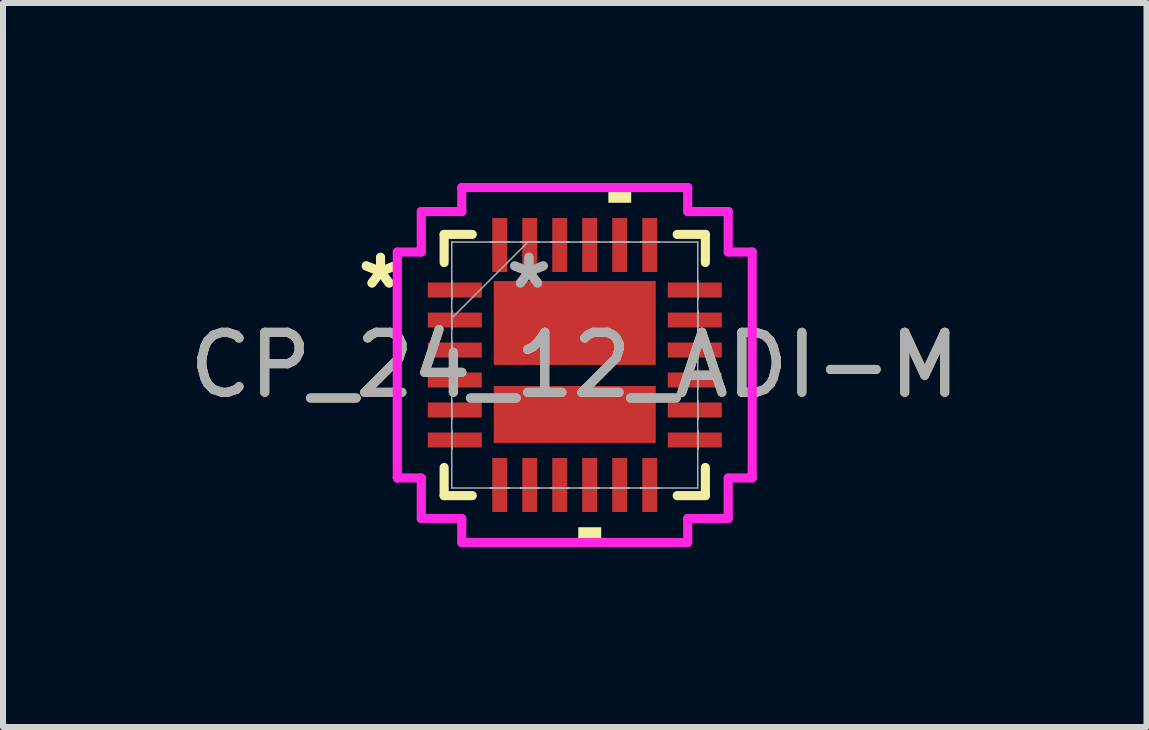
<source format=kicad_pcb>
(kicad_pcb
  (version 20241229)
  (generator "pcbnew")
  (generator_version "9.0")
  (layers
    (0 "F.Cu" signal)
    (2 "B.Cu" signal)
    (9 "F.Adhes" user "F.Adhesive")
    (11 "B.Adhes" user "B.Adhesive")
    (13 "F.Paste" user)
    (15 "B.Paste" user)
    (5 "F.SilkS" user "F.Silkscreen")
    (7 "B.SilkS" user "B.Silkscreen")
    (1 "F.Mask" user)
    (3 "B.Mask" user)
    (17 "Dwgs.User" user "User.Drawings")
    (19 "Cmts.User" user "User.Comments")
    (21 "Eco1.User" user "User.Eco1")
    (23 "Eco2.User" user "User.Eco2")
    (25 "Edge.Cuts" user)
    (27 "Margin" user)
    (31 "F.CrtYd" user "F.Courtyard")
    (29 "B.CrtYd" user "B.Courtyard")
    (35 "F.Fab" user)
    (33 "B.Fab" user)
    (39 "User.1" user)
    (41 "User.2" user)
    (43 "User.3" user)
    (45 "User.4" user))
  (footprint "CP_24_12_ADI-M"
    (layer "F.Cu")
    (at 6.53 3.034)
    (property "Reference" "CP_24_12_ADI-M" (at 0 0 0) (unlocked yes) (layer "F.SilkS") (effects (font (size 1 1) (thickness 0.15))))
    (attr smd)
    (fp_poly (pts (xy -1.35 -1.4) (xy 1.35 -1.4) (xy 1.35 0) (xy -1.35 0)) (stroke (width 0) (type solid)) (fill yes) (layer "F.Cu"))
    (fp_poly (pts (xy -1.35 0.35) (xy 1.35 0.35) (xy 1.35 1.3) (xy -1.35 1.3)) (stroke (width 0) (type solid)) (fill yes) (layer "F.Cu"))
    (fp_poly (pts (xy -1.35 -1.4) (xy 1.35 -1.4) (xy 1.35 0) (xy -1.35 0)) (stroke (width 0) (type solid)) (fill yes) (layer "F.Mask"))
    (fp_poly (pts (xy -1.35 0.35) (xy 1.35 0.35) (xy 1.35 1.3) (xy -1.35 1.3)) (stroke (width 0) (type solid)) (fill yes) (layer "F.Mask"))
    (fp_line (start -2.177 -2.177) (end -2.177 -1.708) (stroke (width 0.152) (type solid)) (layer "F.SilkS"))
    (fp_line (start -2.177 1.708) (end -2.177 2.177) (stroke (width 0.152) (type solid)) (layer "F.SilkS"))
    (fp_line (start -2.177 2.177) (end -1.708 2.177) (stroke (width 0.152) (type solid)) (layer "F.SilkS"))
    (fp_line (start -1.708 -2.177) (end -2.177 -2.177) (stroke (width 0.152) (type solid)) (layer "F.SilkS"))
    (fp_line (start 1.708 2.177) (end 2.177 2.177) (stroke (width 0.152) (type solid)) (layer "F.SilkS"))
    (fp_line (start 2.177 -2.177) (end 1.708 -2.177) (stroke (width 0.152) (type solid)) (layer "F.SilkS"))
    (fp_line (start 2.177 -1.708) (end 2.177 -2.177) (stroke (width 0.152) (type solid)) (layer "F.SilkS"))
    (fp_line (start 2.177 2.177) (end 2.177 1.708) (stroke (width 0.152) (type solid)) (layer "F.SilkS"))
    (fp_poly (pts (xy 0.059 2.704) (xy 0.059 2.958) (xy 0.441 2.958) (xy 0.441 2.704)) (stroke (width 0) (type solid)) (fill yes) (layer "F.SilkS"))
    (fp_poly (pts (xy 0.56 -2.704) (xy 0.56 -2.958) (xy 0.941 -2.958) (xy 0.941 -2.704)) (stroke (width 0) (type solid)) (fill yes) (layer "F.SilkS"))
    (fp_poly (pts (xy -1.35 -1.4) (xy 1.35 -1.4) (xy 1.35 0) (xy -1.35 0)) (stroke (width 0) (type solid)) (fill yes) (layer "F.Paste"))
    (fp_poly (pts (xy -1.35 0.35) (xy 1.35 0.35) (xy 1.35 1.3) (xy -1.35 1.3)) (stroke (width 0) (type solid)) (fill yes) (layer "F.Paste"))
    (fp_line (start -2.958 -1.883) (end -2.558 -1.883) (stroke (width 0.152) (type solid)) (layer "F.CrtYd"))
    (fp_line (start -2.958 1.883) (end -2.958 -1.883) (stroke (width 0.152) (type solid)) (layer "F.CrtYd"))
    (fp_line (start -2.558 -2.558) (end -1.883 -2.558) (stroke (width 0.152) (type solid)) (layer "F.CrtYd"))
    (fp_line (start -2.558 -1.883) (end -2.558 -2.558) (stroke (width 0.152) (type solid)) (layer "F.CrtYd"))
    (fp_line (start -2.558 1.883) (end -2.958 1.883) (stroke (width 0.152) (type solid)) (layer "F.CrtYd"))
    (fp_line (start -2.558 2.558) (end -2.558 1.883) (stroke (width 0.152) (type solid)) (layer "F.CrtYd"))
    (fp_line (start -1.883 -2.958) (end 1.883 -2.958) (stroke (width 0.152) (type solid)) (layer "F.CrtYd"))
    (fp_line (start -1.883 -2.558) (end -1.883 -2.958) (stroke (width 0.152) (type solid)) (layer "F.CrtYd"))
    (fp_line (start -1.883 2.558) (end -2.558 2.558) (stroke (width 0.152) (type solid)) (layer "F.CrtYd"))
    (fp_line (start -1.883 2.958) (end -1.883 2.558) (stroke (width 0.152) (type solid)) (layer "F.CrtYd"))
    (fp_line (start 1.883 -2.958) (end 1.883 -2.558) (stroke (width 0.152) (type solid)) (layer "F.CrtYd"))
    (fp_line (start 1.883 -2.558) (end 2.558 -2.558) (stroke (width 0.152) (type solid)) (layer "F.CrtYd"))
    (fp_line (start 1.883 2.558) (end 1.883 2.958) (stroke (width 0.152) (type solid)) (layer "F.CrtYd"))
    (fp_line (start 1.883 2.958) (end -1.883 2.958) (stroke (width 0.152) (type solid)) (layer "F.CrtYd"))
    (fp_line (start 2.558 -2.558) (end 2.558 -1.883) (stroke (width 0.152) (type solid)) (layer "F.CrtYd"))
    (fp_line (start 2.558 -1.883) (end 2.958 -1.883) (stroke (width 0.152) (type solid)) (layer "F.CrtYd"))
    (fp_line (start 2.558 1.883) (end 2.558 2.558) (stroke (width 0.152) (type solid)) (layer "F.CrtYd"))
    (fp_line (start 2.558 2.558) (end 1.883 2.558) (stroke (width 0.152) (type solid)) (layer "F.CrtYd"))
    (fp_line (start 2.958 -1.883) (end 2.958 1.883) (stroke (width 0.152) (type solid)) (layer "F.CrtYd"))
    (fp_line (start 2.958 1.883) (end 2.558 1.883) (stroke (width 0.152) (type solid)) (layer "F.CrtYd"))
    (fp_line (start -2.05 -2.05) (end -2.05 2.05) (stroke (width 0.025) (type solid)) (layer "F.Fab"))
    (fp_line (start -2.05 -1.4) (end -2.05 -1.4) (stroke (width 0.025) (type solid)) (layer "F.Fab"))
    (fp_line (start -2.05 -1.4) (end -2.05 -1.1) (stroke (width 0.025) (type solid)) (layer "F.Fab"))
    (fp_line (start -2.05 -1.1) (end -2.05 -1.4) (stroke (width 0.025) (type solid)) (layer "F.Fab"))
    (fp_line (start -2.05 -1.1) (end -2.05 -1.1) (stroke (width 0.025) (type solid)) (layer "F.Fab"))
    (fp_line (start -2.05 -0.9) (end -2.05 -0.9) (stroke (width 0.025) (type solid)) (layer "F.Fab"))
    (fp_line (start -2.05 -0.9) (end -2.05 -0.6) (stroke (width 0.025) (type solid)) (layer "F.Fab"))
    (fp_line (start -2.05 -0.78) (end -0.78 -2.05) (stroke (width 0.025) (type solid)) (layer "F.Fab"))
    (fp_line (start -2.05 -0.6) (end -2.05 -0.9) (stroke (width 0.025) (type solid)) (layer "F.Fab"))
    (fp_line (start -2.05 -0.6) (end -2.05 -0.6) (stroke (width 0.025) (type solid)) (layer "F.Fab"))
    (fp_line (start -2.05 -0.4) (end -2.05 -0.4) (stroke (width 0.025) (type solid)) (layer "F.Fab"))
    (fp_line (start -2.05 -0.4) (end -2.05 -0.1) (stroke (width 0.025) (type solid)) (layer "F.Fab"))
    (fp_line (start -2.05 -0.1) (end -2.05 -0.4) (stroke (width 0.025) (type solid)) (layer "F.Fab"))
    (fp_line (start -2.05 -0.1) (end -2.05 -0.1) (stroke (width 0.025) (type solid)) (layer "F.Fab"))
    (fp_line (start -2.05 0.1) (end -2.05 0.1) (stroke (width 0.025) (type solid)) (layer "F.Fab"))
    (fp_line (start -2.05 0.1) (end -2.05 0.4) (stroke (width 0.025) (type solid)) (layer "F.Fab"))
    (fp_line (start -2.05 0.4) (end -2.05 0.1) (stroke (width 0.025) (type solid)) (layer "F.Fab"))
    (fp_line (start -2.05 0.4) (end -2.05 0.4) (stroke (width 0.025) (type solid)) (layer "F.Fab"))
    (fp_line (start -2.05 0.6) (end -2.05 0.6) (stroke (width 0.025) (type solid)) (layer "F.Fab"))
    (fp_line (start -2.05 0.6) (end -2.05 0.9) (stroke (width 0.025) (type solid)) (layer "F.Fab"))
    (fp_line (start -2.05 0.9) (end -2.05 0.6) (stroke (width 0.025) (type solid)) (layer "F.Fab"))
    (fp_line (start -2.05 0.9) (end -2.05 0.9) (stroke (width 0.025) (type solid)) (layer "F.Fab"))
    (fp_line (start -2.05 1.1) (end -2.05 1.1) (stroke (width 0.025) (type solid)) (layer "F.Fab"))
    (fp_line (start -2.05 1.1) (end -2.05 1.4) (stroke (width 0.025) (type solid)) (layer "F.Fab"))
    (fp_line (start -2.05 1.4) (end -2.05 1.1) (stroke (width 0.025) (type solid)) (layer "F.Fab"))
    (fp_line (start -2.05 1.4) (end -2.05 1.4) (stroke (width 0.025) (type solid)) (layer "F.Fab"))
    (fp_line (start -2.05 2.05) (end 2.05 2.05) (stroke (width 0.025) (type solid)) (layer "F.Fab"))
    (fp_line (start -1.4 -2.05) (end -1.4 -2.05) (stroke (width 0.025) (type solid)) (layer "F.Fab"))
    (fp_line (start -1.4 -2.05) (end -1.1 -2.05) (stroke (width 0.025) (type solid)) (layer "F.Fab"))
    (fp_line (start -1.4 2.05) (end -1.4 2.05) (stroke (width 0.025) (type solid)) (layer "F.Fab"))
    (fp_line (start -1.4 2.05) (end -1.1 2.05) (stroke (width 0.025) (type solid)) (layer "F.Fab"))
    (fp_line (start -1.1 -2.05) (end -1.4 -2.05) (stroke (width 0.025) (type solid)) (layer "F.Fab"))
    (fp_line (start -1.1 -2.05) (end -1.1 -2.05) (stroke (width 0.025) (type solid)) (layer "F.Fab"))
    (fp_line (start -1.1 2.05) (end -1.4 2.05) (stroke (width 0.025) (type solid)) (layer "F.Fab"))
    (fp_line (start -1.1 2.05) (end -1.1 2.05) (stroke (width 0.025) (type solid)) (layer "F.Fab"))
    (fp_line (start -0.9 -2.05) (end -0.9 -2.05) (stroke (width 0.025) (type solid)) (layer "F.Fab"))
    (fp_line (start -0.9 -2.05) (end -0.6 -2.05) (stroke (width 0.025) (type solid)) (layer "F.Fab"))
    (fp_line (start -0.9 2.05) (end -0.9 2.05) (stroke (width 0.025) (type solid)) (layer "F.Fab"))
    (fp_line (start -0.9 2.05) (end -0.6 2.05) (stroke (width 0.025) (type solid)) (layer "F.Fab"))
    (fp_line (start -0.6 -2.05) (end -0.9 -2.05) (stroke (width 0.025) (type solid)) (layer "F.Fab"))
    (fp_line (start -0.6 -2.05) (end -0.6 -2.05) (stroke (width 0.025) (type solid)) (layer "F.Fab"))
    (fp_line (start -0.6 2.05) (end -0.9 2.05) (stroke (width 0.025) (type solid)) (layer "F.Fab"))
    (fp_line (start -0.6 2.05) (end -0.6 2.05) (stroke (width 0.025) (type solid)) (layer "F.Fab"))
    (fp_line (start -0.4 -2.05) (end -0.4 -2.05) (stroke (width 0.025) (type solid)) (layer "F.Fab"))
    (fp_line (start -0.4 -2.05) (end -0.1 -2.05) (stroke (width 0.025) (type solid)) (layer "F.Fab"))
    (fp_line (start -0.4 2.05) (end -0.4 2.05) (stroke (width 0.025) (type solid)) (layer "F.Fab"))
    (fp_line (start -0.4 2.05) (end -0.1 2.05) (stroke (width 0.025) (type solid)) (layer "F.Fab"))
    (fp_line (start -0.1 -2.05) (end -0.4 -2.05) (stroke (width 0.025) (type solid)) (layer "F.Fab"))
    (fp_line (start -0.1 -2.05) (end -0.1 -2.05) (stroke (width 0.025) (type solid)) (layer "F.Fab"))
    (fp_line (start -0.1 2.05) (end -0.4 2.05) (stroke (width 0.025) (type solid)) (layer "F.Fab"))
    (fp_line (start -0.1 2.05) (end -0.1 2.05) (stroke (width 0.025) (type solid)) (layer "F.Fab"))
    (fp_line (start 0.1 -2.05) (end 0.1 -2.05) (stroke (width 0.025) (type solid)) (layer "F.Fab"))
    (fp_line (start 0.1 -2.05) (end 0.4 -2.05) (stroke (width 0.025) (type solid)) (layer "F.Fab"))
    (fp_line (start 0.1 2.05) (end 0.1 2.05) (stroke (width 0.025) (type solid)) (layer "F.Fab"))
    (fp_line (start 0.1 2.05) (end 0.4 2.05) (stroke (width 0.025) (type solid)) (layer "F.Fab"))
    (fp_line (start 0.4 -2.05) (end 0.1 -2.05) (stroke (width 0.025) (type solid)) (layer "F.Fab"))
    (fp_line (start 0.4 -2.05) (end 0.4 -2.05) (stroke (width 0.025) (type solid)) (layer "F.Fab"))
    (fp_line (start 0.4 2.05) (end 0.1 2.05) (stroke (width 0.025) (type solid)) (layer "F.Fab"))
    (fp_line (start 0.4 2.05) (end 0.4 2.05) (stroke (width 0.025) (type solid)) (layer "F.Fab"))
    (fp_line (start 0.6 -2.05) (end 0.6 -2.05) (stroke (width 0.025) (type solid)) (layer "F.Fab"))
    (fp_line (start 0.6 -2.05) (end 0.9 -2.05) (stroke (width 0.025) (type solid)) (layer "F.Fab"))
    (fp_line (start 0.6 2.05) (end 0.6 2.05) (stroke (width 0.025) (type solid)) (layer "F.Fab"))
    (fp_line (start 0.6 2.05) (end 0.9 2.05) (stroke (width 0.025) (type solid)) (layer "F.Fab"))
    (fp_line (start 0.9 -2.05) (end 0.6 -2.05) (stroke (width 0.025) (type solid)) (layer "F.Fab"))
    (fp_line (start 0.9 -2.05) (end 0.9 -2.05) (stroke (width 0.025) (type solid)) (layer "F.Fab"))
    (fp_line (start 0.9 2.05) (end 0.6 2.05) (stroke (width 0.025) (type solid)) (layer "F.Fab"))
    (fp_line (start 0.9 2.05) (end 0.9 2.05) (stroke (width 0.025) (type solid)) (layer "F.Fab"))
    (fp_line (start 1.1 -2.05) (end 1.1 -2.05) (stroke (width 0.025) (type solid)) (layer "F.Fab"))
    (fp_line (start 1.1 -2.05) (end 1.4 -2.05) (stroke (width 0.025) (type solid)) (layer "F.Fab"))
    (fp_line (start 1.1 2.05) (end 1.1 2.05) (stroke (width 0.025) (type solid)) (layer "F.Fab"))
    (fp_line (start 1.1 2.05) (end 1.4 2.05) (stroke (width 0.025) (type solid)) (layer "F.Fab"))
    (fp_line (start 1.4 -2.05) (end 1.1 -2.05) (stroke (width 0.025) (type solid)) (layer "F.Fab"))
    (fp_line (start 1.4 -2.05) (end 1.4 -2.05) (stroke (width 0.025) (type solid)) (layer "F.Fab"))
    (fp_line (start 1.4 2.05) (end 1.1 2.05) (stroke (width 0.025) (type solid)) (layer "F.Fab"))
    (fp_line (start 1.4 2.05) (end 1.4 2.05) (stroke (width 0.025) (type solid)) (layer "F.Fab"))
    (fp_line (start 2.05 -2.05) (end -2.05 -2.05) (stroke (width 0.025) (type solid)) (layer "F.Fab"))
    (fp_line (start 2.05 -1.4) (end 2.05 -1.4) (stroke (width 0.025) (type solid)) (layer "F.Fab"))
    (fp_line (start 2.05 -1.4) (end 2.05 -1.1) (stroke (width 0.025) (type solid)) (layer "F.Fab"))
    (fp_line (start 2.05 -1.1) (end 2.05 -1.4) (stroke (width 0.025) (type solid)) (layer "F.Fab"))
    (fp_line (start 2.05 -1.1) (end 2.05 -1.1) (stroke (width 0.025) (type solid)) (layer "F.Fab"))
    (fp_line (start 2.05 -0.9) (end 2.05 -0.9) (stroke (width 0.025) (type solid)) (layer "F.Fab"))
    (fp_line (start 2.05 -0.9) (end 2.05 -0.6) (stroke (width 0.025) (type solid)) (layer "F.Fab"))
    (fp_line (start 2.05 -0.6) (end 2.05 -0.9) (stroke (width 0.025) (type solid)) (layer "F.Fab"))
    (fp_line (start 2.05 -0.6) (end 2.05 -0.6) (stroke (width 0.025) (type solid)) (layer "F.Fab"))
    (fp_line (start 2.05 -0.4) (end 2.05 -0.4) (stroke (width 0.025) (type solid)) (layer "F.Fab"))
    (fp_line (start 2.05 -0.4) (end 2.05 -0.1) (stroke (width 0.025) (type solid)) (layer "F.Fab"))
    (fp_line (start 2.05 -0.1) (end 2.05 -0.4) (stroke (width 0.025) (type solid)) (layer "F.Fab"))
    (fp_line (start 2.05 -0.1) (end 2.05 -0.1) (stroke (width 0.025) (type solid)) (layer "F.Fab"))
    (fp_line (start 2.05 0.1) (end 2.05 0.1) (stroke (width 0.025) (type solid)) (layer "F.Fab"))
    (fp_line (start 2.05 0.1) (end 2.05 0.4) (stroke (width 0.025) (type solid)) (layer "F.Fab"))
    (fp_line (start 2.05 0.4) (end 2.05 0.1) (stroke (width 0.025) (type solid)) (layer "F.Fab"))
    (fp_line (start 2.05 0.4) (end 2.05 0.4) (stroke (width 0.025) (type solid)) (layer "F.Fab"))
    (fp_line (start 2.05 0.6) (end 2.05 0.6) (stroke (width 0.025) (type solid)) (layer "F.Fab"))
    (fp_line (start 2.05 0.6) (end 2.05 0.9) (stroke (width 0.025) (type solid)) (layer "F.Fab"))
    (fp_line (start 2.05 0.9) (end 2.05 0.6) (stroke (width 0.025) (type solid)) (layer "F.Fab"))
    (fp_line (start 2.05 0.9) (end 2.05 0.9) (stroke (width 0.025) (type solid)) (layer "F.Fab"))
    (fp_line (start 2.05 1.1) (end 2.05 1.1) (stroke (width 0.025) (type solid)) (layer "F.Fab"))
    (fp_line (start 2.05 1.1) (end 2.05 1.4) (stroke (width 0.025) (type solid)) (layer "F.Fab"))
    (fp_line (start 2.05 1.4) (end 2.05 1.1) (stroke (width 0.025) (type solid)) (layer "F.Fab"))
    (fp_line (start 2.05 1.4) (end 2.05 1.4) (stroke (width 0.025) (type solid)) (layer "F.Fab"))
    (fp_line (start 2.05 2.05) (end 2.05 -2.05) (stroke (width 0.025) (type solid)) (layer "F.Fab"))
    (fp_text user "*" (at -3.237 -1.25 0) (unlocked yes) (layer "F.SilkS") (effects (font (size 1 1) (thickness 0.15))))
    (fp_text user "*" (at -3.237 -1.25 0) (layer "F.SilkS") (effects (font (size 1 1) (thickness 0.15))))
    (fp_text user "${REFERENCE}" (at 0 0 0) (unlocked yes) (layer "F.Fab") (effects (font (size 1 1) (thickness 0.15))))
    (fp_text user "*" (at -0.763 -1.25 0) (layer "F.Fab") (effects (font (size 1 1) (thickness 0.15))))
    (fp_text user "*" (at -0.763 -1.25 0) (unlocked yes) (layer "F.Fab") (effects (font (size 1 1) (thickness 0.15))))
    (pad "1" smd rect (at -2 -1.25 90) (size 0.25 0.9) (layers "F.Cu" "F.Mask" "F.Paste"))
    (pad "2" smd rect (at -2 -0.75 90) (size 0.25 0.9) (layers "F.Cu" "F.Mask" "F.Paste"))
    (pad "3" smd rect (at -2 -0.25 90) (size 0.25 0.9) (layers "F.Cu" "F.Mask" "F.Paste"))
    (pad "4" smd rect (at -2 0.25 90) (size 0.25 0.9) (layers "F.Cu" "F.Mask" "F.Paste"))
    (pad "5" smd rect (at -2 0.75 90) (size 0.25 0.9) (layers "F.Cu" "F.Mask" "F.Paste"))
    (pad "6" smd rect (at -2 1.25 90) (size 0.25 0.9) (layers "F.Cu" "F.Mask" "F.Paste"))
    (pad "7" smd rect (at -1.25 2) (size 0.25 0.9) (layers "F.Cu" "F.Mask" "F.Paste"))
    (pad "8" smd rect (at -0.75 2) (size 0.25 0.9) (layers "F.Cu" "F.Mask" "F.Paste"))
    (pad "9" smd rect (at -0.25 2) (size 0.25 0.9) (layers "F.Cu" "F.Mask" "F.Paste"))
    (pad "10" smd rect (at 0.25 2) (size 0.25 0.9) (layers "F.Cu" "F.Mask" "F.Paste"))
    (pad "11" smd rect (at 0.75 2) (size 0.25 0.9) (layers "F.Cu" "F.Mask" "F.Paste"))
    (pad "12" smd rect (at 1.25 2) (size 0.25 0.9) (layers "F.Cu" "F.Mask" "F.Paste"))
    (pad "13" smd rect (at 2 1.25 90) (size 0.25 0.9) (layers "F.Cu" "F.Mask" "F.Paste"))
    (pad "14" smd rect (at 2 0.75 90) (size 0.25 0.9) (layers "F.Cu" "F.Mask" "F.Paste"))
    (pad "15" smd rect (at 2 0.25 90) (size 0.25 0.9) (layers "F.Cu" "F.Mask" "F.Paste"))
    (pad "16" smd rect (at 2 -0.25 90) (size 0.25 0.9) (layers "F.Cu" "F.Mask" "F.Paste"))
    (pad "17" smd rect (at 2 -0.75 90) (size 0.25 0.9) (layers "F.Cu" "F.Mask" "F.Paste"))
    (pad "18" smd rect (at 2 -1.25 90) (size 0.25 0.9) (layers "F.Cu" "F.Mask" "F.Paste"))
    (pad "19" smd rect (at 1.25 -2) (size 0.25 0.9) (layers "F.Cu" "F.Mask" "F.Paste"))
    (pad "20" smd rect (at 0.75 -2) (size 0.25 0.9) (layers "F.Cu" "F.Mask" "F.Paste"))
    (pad "21" smd rect (at 0.25 -2) (size 0.25 0.9) (layers "F.Cu" "F.Mask" "F.Paste"))
    (pad "22" smd rect (at -0.25 -2) (size 0.25 0.9) (layers "F.Cu" "F.Mask" "F.Paste"))
    (pad "23" smd rect (at -0.75 -2) (size 0.25 0.9) (layers "F.Cu" "F.Mask" "F.Paste"))
    (pad "24" smd rect (at -1.25 -2) (size 0.25 0.9) (layers "F.Cu" "F.Mask" "F.Paste")))
  (gr_rect
    (start -3 -3)
    (end 16.06 9.068)
    (stroke (width 0.1) (type default))
    (fill no)
    (layer "Edge.Cuts")))
</source>
